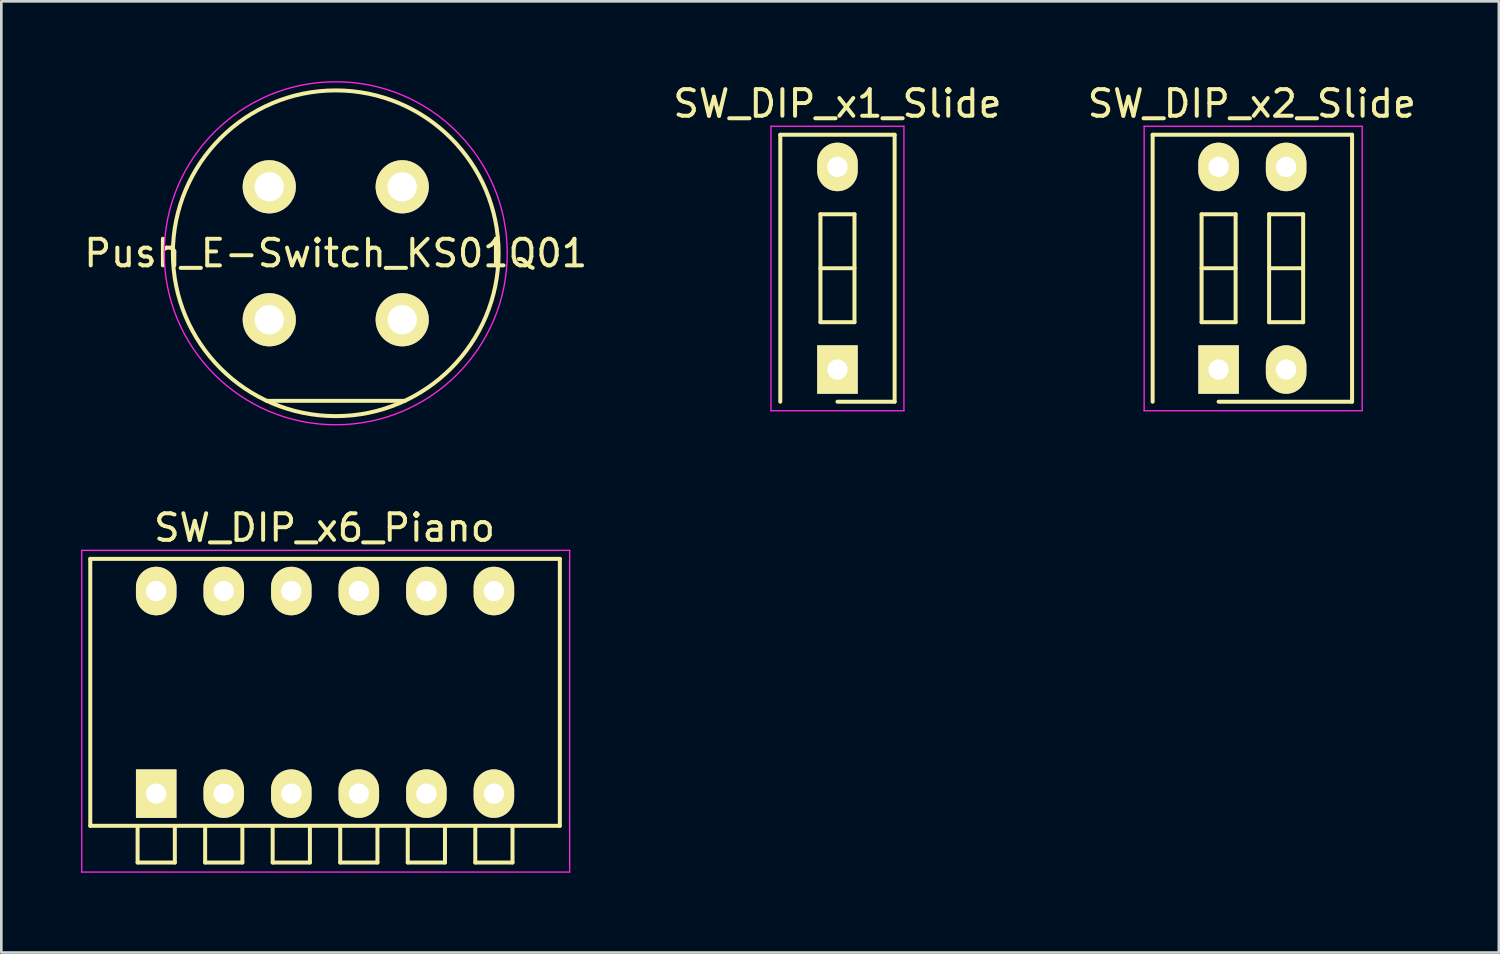
<source format=kicad_pcb>
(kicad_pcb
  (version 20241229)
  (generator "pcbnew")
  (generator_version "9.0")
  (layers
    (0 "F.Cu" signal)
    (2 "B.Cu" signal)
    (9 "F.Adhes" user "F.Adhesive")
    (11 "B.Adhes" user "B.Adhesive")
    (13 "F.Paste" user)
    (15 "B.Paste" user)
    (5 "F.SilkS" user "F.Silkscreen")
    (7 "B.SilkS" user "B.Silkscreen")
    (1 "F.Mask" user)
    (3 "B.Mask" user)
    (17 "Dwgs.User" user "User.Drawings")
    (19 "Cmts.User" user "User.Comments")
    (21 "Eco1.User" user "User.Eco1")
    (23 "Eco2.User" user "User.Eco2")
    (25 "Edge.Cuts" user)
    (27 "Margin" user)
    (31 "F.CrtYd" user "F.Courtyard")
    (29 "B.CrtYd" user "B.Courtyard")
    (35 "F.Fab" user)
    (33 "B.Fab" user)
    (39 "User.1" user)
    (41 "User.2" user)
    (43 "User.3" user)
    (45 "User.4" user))
  (footprint "Push_E-Switch_KS01Q01"
    (layer "F.Cu")
    (at 7.077 3.975)
    (property "Reference" "Push_E-Switch_KS01Q01" (at 2.5 2.5 0) (layer "F.SilkS") (effects (font (size 1 1) (thickness 0.15))))
    (attr through_hole)
    (fp_line (start 5.101 8.05) (end -0.101 8.05) (stroke (width 0.15) (type solid)) (layer "F.SilkS"))
    (fp_circle (center 2.5 2.5) (end 8.625 2.5) (stroke (width 0.15) (type solid)) (fill no) (layer "F.SilkS"))
    (fp_circle (center 2.5 2.5) (end 8.95 2.5) (stroke (width 0.05) (type solid)) (fill no) (layer "F.CrtYd"))
    (pad "1" thru_hole circle (at 0 0) (size 2 2) (drill 1.1) (layers "*.Cu" "*.Mask" "F.SilkS"))
    (pad "2" thru_hole circle (at 5 0) (size 2 2) (drill 1.1) (layers "*.Cu" "*.Mask" "F.SilkS"))
    (pad "3" thru_hole circle (at 0 5) (size 2 2) (drill 1.1) (layers "*.Cu" "*.Mask" "F.SilkS"))
    (pad "4" thru_hole circle (at 5 5) (size 2 2) (drill 1.1) (layers "*.Cu" "*.Mask" "F.SilkS")))
  (footprint "SW_DIP_x6_Piano"
    (layer "F.Cu")
    (at 2.825 26.798)
    (property "Reference" "SW_DIP_x6_Piano" (at 6.33 -10 0) (layer "F.SilkS") (effects (font (size 1 1) (thickness 0.15))))
    (attr through_hole)
    (fp_line (start -2.48 -8.83) (end 15.18 -8.83) (stroke (width 0.15) (type solid)) (layer "F.SilkS"))
    (fp_line (start -2.48 1.21) (end -2.48 -8.83) (stroke (width 0.15) (type solid)) (layer "F.SilkS"))
    (fp_line (start -0.7 1.22) (end -0.7 2.59) (stroke (width 0.15) (type solid)) (layer "F.SilkS"))
    (fp_line (start -0.7 2.59) (end 0.7 2.59) (stroke (width 0.15) (type solid)) (layer "F.SilkS"))
    (fp_line (start 0.7 2.59) (end 0.7 1.22) (stroke (width 0.15) (type solid)) (layer "F.SilkS"))
    (fp_line (start 1.84 1.22) (end 1.84 2.59) (stroke (width 0.15) (type solid)) (layer "F.SilkS"))
    (fp_line (start 1.84 2.59) (end 3.24 2.59) (stroke (width 0.15) (type solid)) (layer "F.SilkS"))
    (fp_line (start 3.24 2.59) (end 3.24 1.22) (stroke (width 0.15) (type solid)) (layer "F.SilkS"))
    (fp_line (start 4.38 1.22) (end 4.38 2.59) (stroke (width 0.15) (type solid)) (layer "F.SilkS"))
    (fp_line (start 4.38 2.59) (end 5.78 2.59) (stroke (width 0.15) (type solid)) (layer "F.SilkS"))
    (fp_line (start 5.78 2.59) (end 5.78 1.22) (stroke (width 0.15) (type solid)) (layer "F.SilkS"))
    (fp_line (start 6.92 1.22) (end 6.92 2.59) (stroke (width 0.15) (type solid)) (layer "F.SilkS"))
    (fp_line (start 6.92 2.59) (end 8.32 2.59) (stroke (width 0.15) (type solid)) (layer "F.SilkS"))
    (fp_line (start 8.32 2.59) (end 8.32 1.22) (stroke (width 0.15) (type solid)) (layer "F.SilkS"))
    (fp_line (start 9.46 1.22) (end 9.46 2.59) (stroke (width 0.15) (type solid)) (layer "F.SilkS"))
    (fp_line (start 9.46 2.59) (end 10.86 2.59) (stroke (width 0.15) (type solid)) (layer "F.SilkS"))
    (fp_line (start 10.86 2.59) (end 10.86 1.22) (stroke (width 0.15) (type solid)) (layer "F.SilkS"))
    (fp_line (start 12 1.22) (end 12 2.59) (stroke (width 0.15) (type solid)) (layer "F.SilkS"))
    (fp_line (start 12 2.59) (end 13.4 2.59) (stroke (width 0.15) (type solid)) (layer "F.SilkS"))
    (fp_line (start 13.4 2.59) (end 13.4 1.22) (stroke (width 0.15) (type solid)) (layer "F.SilkS"))
    (fp_line (start 15.18 -8.83) (end 15.18 1.21) (stroke (width 0.15) (type solid)) (layer "F.SilkS"))
    (fp_line (start 15.18 1.21) (end -2.48 1.21) (stroke (width 0.15) (type solid)) (layer "F.SilkS"))
    (fp_line (start -2.8 -9.15) (end -2.8 2.95) (stroke (width 0.05) (type solid)) (layer "F.CrtYd"))
    (fp_line (start -2.8 2.95) (end 15.55 2.95) (stroke (width 0.05) (type solid)) (layer "F.CrtYd"))
    (fp_line (start 15.55 -9.15) (end -2.8 -9.15) (stroke (width 0.05) (type solid)) (layer "F.CrtYd"))
    (fp_line (start 15.55 2.95) (end 15.55 -9.15) (stroke (width 0.05) (type solid)) (layer "F.CrtYd"))
    (pad "1" thru_hole rect (at 0 0) (size 1.524 1.824) (drill 0.762) (layers "*.Cu" "*.Mask" "F.SilkS"))
    (pad "2" thru_hole oval (at 2.54 0) (size 1.524 1.824) (drill 0.762) (layers "*.Cu" "*.Mask" "F.SilkS"))
    (pad "3" thru_hole oval (at 5.08 0) (size 1.524 1.824) (drill 0.762) (layers "*.Cu" "*.Mask" "F.SilkS"))
    (pad "4" thru_hole oval (at 7.62 0) (size 1.524 1.824) (drill 0.762) (layers "*.Cu" "*.Mask" "F.SilkS"))
    (pad "5" thru_hole oval (at 10.16 0) (size 1.524 1.824) (drill 0.762) (layers "*.Cu" "*.Mask" "F.SilkS"))
    (pad "6" thru_hole oval (at 12.7 0) (size 1.524 1.824) (drill 0.762) (layers "*.Cu" "*.Mask" "F.SilkS"))
    (pad "7" thru_hole oval (at 12.7 -7.62) (size 1.524 1.824) (drill 0.762) (layers "*.Cu" "*.Mask" "F.SilkS"))
    (pad "8" thru_hole oval (at 10.16 -7.62) (size 1.524 1.824) (drill 0.762) (layers "*.Cu" "*.Mask" "F.SilkS"))
    (pad "9" thru_hole oval (at 7.62 -7.62) (size 1.524 1.824) (drill 0.762) (layers "*.Cu" "*.Mask" "F.SilkS"))
    (pad "10" thru_hole oval (at 5.08 -7.62) (size 1.524 1.824) (drill 0.762) (layers "*.Cu" "*.Mask" "F.SilkS"))
    (pad "11" thru_hole oval (at 2.54 -7.62) (size 1.524 1.824) (drill 0.762) (layers "*.Cu" "*.Mask" "F.SilkS"))
    (pad "12" thru_hole oval (at 0 -7.62) (size 1.524 1.824) (drill 0.762) (layers "*.Cu" "*.Mask" "F.SilkS")))
  (footprint "SW_DIP_x1_Slide"
    (layer "F.Cu")
    (at 28.446 10.848)
    (property "Reference" "SW_DIP_x1_Slide" (at 0 -10 0) (layer "F.SilkS") (effects (font (size 1 1) (thickness 0.15))))
    (attr through_hole)
    (fp_line (start -2.15 -8.83) (end -2.15 1.21) (stroke (width 0.15) (type solid)) (layer "F.SilkS"))
    (fp_line (start -2.15 -8.83) (end 2.15 -8.83) (stroke (width 0.15) (type solid)) (layer "F.SilkS"))
    (fp_line (start -0.64 -5.84) (end -0.64 -1.78) (stroke (width 0.15) (type solid)) (layer "F.SilkS"))
    (fp_line (start -0.64 -3.81) (end 0.64 -3.81) (stroke (width 0.15) (type solid)) (layer "F.SilkS"))
    (fp_line (start -0.64 -1.78) (end 0.64 -1.78) (stroke (width 0.15) (type solid)) (layer "F.SilkS"))
    (fp_line (start 0 1.21) (end 2.15 1.21) (stroke (width 0.15) (type solid)) (layer "F.SilkS"))
    (fp_line (start 0.64 -5.84) (end -0.64 -5.84) (stroke (width 0.15) (type solid)) (layer "F.SilkS"))
    (fp_line (start 0.64 -1.78) (end 0.64 -5.84) (stroke (width 0.15) (type solid)) (layer "F.SilkS"))
    (fp_line (start 2.15 -8.83) (end 2.15 1.21) (stroke (width 0.15) (type solid)) (layer "F.SilkS"))
    (fp_line (start -2.5 -9.15) (end 2.5 -9.15) (stroke (width 0.05) (type solid)) (layer "F.CrtYd"))
    (fp_line (start -2.5 1.55) (end -2.5 -9.15) (stroke (width 0.05) (type solid)) (layer "F.CrtYd"))
    (fp_line (start 2.5 -9.15) (end 2.5 1.55) (stroke (width 0.05) (type solid)) (layer "F.CrtYd"))
    (fp_line (start 2.5 1.55) (end -2.5 1.55) (stroke (width 0.05) (type solid)) (layer "F.CrtYd"))
    (pad "1" thru_hole rect (at 0 0) (size 1.524 1.824) (drill 0.762) (layers "*.Cu" "*.Mask" "F.SilkS"))
    (pad "2" thru_hole oval (at 0 -7.62) (size 1.524 1.824) (drill 0.762) (layers "*.Cu" "*.Mask" "F.SilkS")))
  (footprint "SW_DIP_x2_Slide"
    (layer "F.Cu")
    (at 42.78 10.848)
    (property "Reference" "SW_DIP_x2_Slide" (at 1.25 -10 0) (layer "F.SilkS") (effects (font (size 1 1) (thickness 0.15))))
    (attr through_hole)
    (fp_line (start -2.48 -8.83) (end 5.02 -8.83) (stroke (width 0.15) (type solid)) (layer "F.SilkS"))
    (fp_line (start -2.48 1.21) (end -2.48 -8.83) (stroke (width 0.15) (type solid)) (layer "F.SilkS"))
    (fp_line (start -0.64 -5.84) (end -0.64 -1.78) (stroke (width 0.15) (type solid)) (layer "F.SilkS"))
    (fp_line (start -0.64 -3.81) (end 0.64 -3.81) (stroke (width 0.15) (type solid)) (layer "F.SilkS"))
    (fp_line (start -0.64 -1.78) (end 0.64 -1.78) (stroke (width 0.15) (type solid)) (layer "F.SilkS"))
    (fp_line (start 0.64 -5.84) (end -0.64 -5.84) (stroke (width 0.15) (type solid)) (layer "F.SilkS"))
    (fp_line (start 0.64 -1.78) (end 0.64 -5.84) (stroke (width 0.15) (type solid)) (layer "F.SilkS"))
    (fp_line (start 1.9 -5.84) (end 1.9 -1.78) (stroke (width 0.15) (type solid)) (layer "F.SilkS"))
    (fp_line (start 1.9 -3.81) (end 3.18 -3.81) (stroke (width 0.15) (type solid)) (layer "F.SilkS"))
    (fp_line (start 1.9 -1.78) (end 3.18 -1.78) (stroke (width 0.15) (type solid)) (layer "F.SilkS"))
    (fp_line (start 3.18 -5.84) (end 1.9 -5.84) (stroke (width 0.15) (type solid)) (layer "F.SilkS"))
    (fp_line (start 3.18 -1.78) (end 3.18 -5.84) (stroke (width 0.15) (type solid)) (layer "F.SilkS"))
    (fp_line (start 5.02 -8.83) (end 5.02 1.21) (stroke (width 0.15) (type solid)) (layer "F.SilkS"))
    (fp_line (start 5.02 1.21) (end 0 1.21) (stroke (width 0.15) (type solid)) (layer "F.SilkS"))
    (fp_line (start -2.8 -9.15) (end -2.8 1.55) (stroke (width 0.05) (type solid)) (layer "F.CrtYd"))
    (fp_line (start -2.8 1.55) (end 5.4 1.55) (stroke (width 0.05) (type solid)) (layer "F.CrtYd"))
    (fp_line (start 5.4 -9.15) (end -2.8 -9.15) (stroke (width 0.05) (type solid)) (layer "F.CrtYd"))
    (fp_line (start 5.4 1.55) (end 5.4 -9.15) (stroke (width 0.05) (type solid)) (layer "F.CrtYd"))
    (pad "1" thru_hole rect (at 0 0) (size 1.524 1.824) (drill 0.762) (layers "*.Cu" "*.Mask" "F.SilkS"))
    (pad "2" thru_hole oval (at 2.54 0) (size 1.524 1.824) (drill 0.762) (layers "*.Cu" "*.Mask" "F.SilkS"))
    (pad "3" thru_hole oval (at 2.54 -7.62) (size 1.524 1.824) (drill 0.762) (layers "*.Cu" "*.Mask" "F.SilkS"))
    (pad "4" thru_hole oval (at 0 -7.62) (size 1.524 1.824) (drill 0.762) (layers "*.Cu" "*.Mask" "F.SilkS")))
  (gr_rect
    (start -3 -3)
    (end 53.321 32.773)
    (stroke (width 0.1) (type default))
    (fill no)
    (layer "Edge.Cuts")))
</source>
